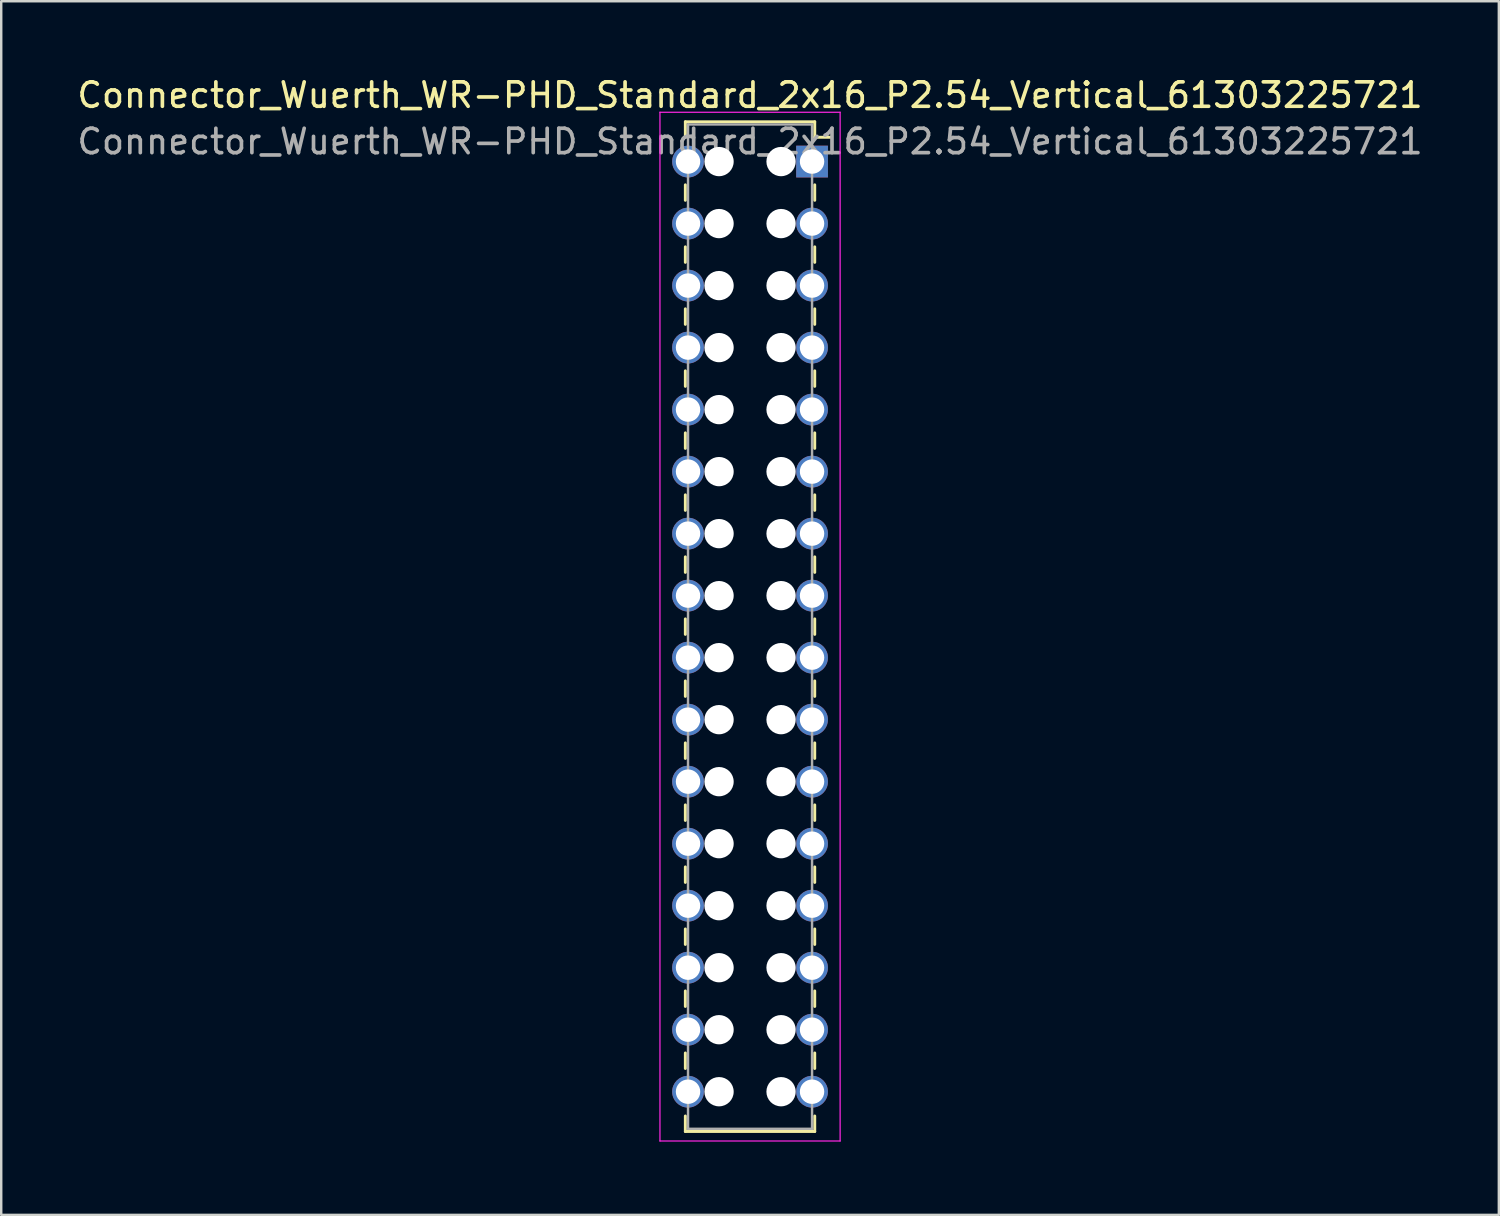
<source format=kicad_pcb>
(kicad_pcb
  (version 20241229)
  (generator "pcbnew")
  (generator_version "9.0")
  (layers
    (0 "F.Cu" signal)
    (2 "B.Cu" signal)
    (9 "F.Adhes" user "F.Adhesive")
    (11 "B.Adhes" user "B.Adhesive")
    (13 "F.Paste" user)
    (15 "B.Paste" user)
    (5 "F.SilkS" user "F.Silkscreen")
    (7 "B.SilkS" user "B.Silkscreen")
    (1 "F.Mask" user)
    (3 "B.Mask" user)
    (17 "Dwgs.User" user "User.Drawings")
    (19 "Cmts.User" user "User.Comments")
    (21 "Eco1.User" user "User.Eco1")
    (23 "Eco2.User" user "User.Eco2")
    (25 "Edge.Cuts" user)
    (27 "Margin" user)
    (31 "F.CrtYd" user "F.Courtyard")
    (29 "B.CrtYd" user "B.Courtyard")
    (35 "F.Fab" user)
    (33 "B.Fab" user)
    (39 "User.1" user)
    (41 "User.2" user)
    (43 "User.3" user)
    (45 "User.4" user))
  (footprint "Connector_Wuerth_WR-PHD_Standard_2x16_P2.54_Vertical_61303225721"
    (layer "F.Cu")
    (at 30.213 3.568)
    (property "Reference" "Connector_Wuerth_WR-PHD_Standard_2x16_P2.54_Vertical_61303225721" (at -2.54 -2.72 0) (layer "F.SilkS") (effects (font (size 1 1) (thickness 0.15))))
    (attr through_hole)
    (fp_line (start -5.19 -1.63) (end -5.19 -0.995) (stroke (width 0.12) (type solid)) (layer "F.SilkS"))
    (fp_line (start -5.19 -1.63) (end 0.11 -1.63) (stroke (width 0.12) (type solid)) (layer "F.SilkS"))
    (fp_line (start -5.19 0.953) (end -5.19 1.587) (stroke (width 0.12) (type solid)) (layer "F.SilkS"))
    (fp_line (start -5.19 3.493) (end -5.19 4.128) (stroke (width 0.12) (type solid)) (layer "F.SilkS"))
    (fp_line (start -5.19 6.032) (end -5.19 6.668) (stroke (width 0.12) (type solid)) (layer "F.SilkS"))
    (fp_line (start -5.19 8.572) (end -5.19 9.207) (stroke (width 0.12) (type solid)) (layer "F.SilkS"))
    (fp_line (start -5.19 11.113) (end -5.19 11.748) (stroke (width 0.12) (type solid)) (layer "F.SilkS"))
    (fp_line (start -5.19 13.652) (end -5.19 14.287) (stroke (width 0.12) (type solid)) (layer "F.SilkS"))
    (fp_line (start -5.19 16.192) (end -5.19 16.828) (stroke (width 0.12) (type solid)) (layer "F.SilkS"))
    (fp_line (start -5.19 18.733) (end -5.19 19.367) (stroke (width 0.12) (type solid)) (layer "F.SilkS"))
    (fp_line (start -5.19 21.273) (end -5.19 21.907) (stroke (width 0.12) (type solid)) (layer "F.SilkS"))
    (fp_line (start -5.19 23.812) (end -5.19 24.448) (stroke (width 0.12) (type solid)) (layer "F.SilkS"))
    (fp_line (start -5.19 26.352) (end -5.19 26.988) (stroke (width 0.12) (type solid)) (layer "F.SilkS"))
    (fp_line (start -5.19 28.892) (end -5.19 29.527) (stroke (width 0.12) (type solid)) (layer "F.SilkS"))
    (fp_line (start -5.19 31.433) (end -5.19 32.068) (stroke (width 0.12) (type solid)) (layer "F.SilkS"))
    (fp_line (start -5.19 33.972) (end -5.19 34.608) (stroke (width 0.12) (type solid)) (layer "F.SilkS"))
    (fp_line (start -5.19 36.513) (end -5.19 37.148) (stroke (width 0.12) (type solid)) (layer "F.SilkS"))
    (fp_line (start -5.19 39.73) (end -5.19 39.095) (stroke (width 0.12) (type solid)) (layer "F.SilkS"))
    (fp_line (start -5.19 39.73) (end 0.11 39.73) (stroke (width 0.12) (type solid)) (layer "F.SilkS"))
    (fp_line (start 0.11 -1.63) (end 0.11 -0.995) (stroke (width 0.12) (type solid)) (layer "F.SilkS"))
    (fp_line (start 0.11 -0.995) (end 0.745 -0.995) (stroke (width 0.12) (type solid)) (layer "F.SilkS"))
    (fp_line (start 0.11 0.953) (end 0.11 1.587) (stroke (width 0.12) (type solid)) (layer "F.SilkS"))
    (fp_line (start 0.11 3.493) (end 0.11 4.128) (stroke (width 0.12) (type solid)) (layer "F.SilkS"))
    (fp_line (start 0.11 6.032) (end 0.11 6.668) (stroke (width 0.12) (type solid)) (layer "F.SilkS"))
    (fp_line (start 0.11 8.572) (end 0.11 9.207) (stroke (width 0.12) (type solid)) (layer "F.SilkS"))
    (fp_line (start 0.11 11.113) (end 0.11 11.748) (stroke (width 0.12) (type solid)) (layer "F.SilkS"))
    (fp_line (start 0.11 13.652) (end 0.11 14.287) (stroke (width 0.12) (type solid)) (layer "F.SilkS"))
    (fp_line (start 0.11 16.192) (end 0.11 16.828) (stroke (width 0.12) (type solid)) (layer "F.SilkS"))
    (fp_line (start 0.11 18.733) (end 0.11 19.367) (stroke (width 0.12) (type solid)) (layer "F.SilkS"))
    (fp_line (start 0.11 21.273) (end 0.11 21.907) (stroke (width 0.12) (type solid)) (layer "F.SilkS"))
    (fp_line (start 0.11 23.812) (end 0.11 24.448) (stroke (width 0.12) (type solid)) (layer "F.SilkS"))
    (fp_line (start 0.11 26.352) (end 0.11 26.988) (stroke (width 0.12) (type solid)) (layer "F.SilkS"))
    (fp_line (start 0.11 28.892) (end 0.11 29.527) (stroke (width 0.12) (type solid)) (layer "F.SilkS"))
    (fp_line (start 0.11 31.433) (end 0.11 32.068) (stroke (width 0.12) (type solid)) (layer "F.SilkS"))
    (fp_line (start 0.11 33.972) (end 0.11 34.608) (stroke (width 0.12) (type solid)) (layer "F.SilkS"))
    (fp_line (start 0.11 36.513) (end 0.11 37.148) (stroke (width 0.12) (type solid)) (layer "F.SilkS"))
    (fp_line (start 0.11 39.73) (end 0.11 39.095) (stroke (width 0.12) (type solid)) (layer "F.SilkS"))
    (fp_line (start -6.23 -2.02) (end 1.15 -2.02) (stroke (width 0.05) (type solid)) (layer "F.CrtYd"))
    (fp_line (start -6.23 40.12) (end -6.23 -2.02) (stroke (width 0.05) (type solid)) (layer "F.CrtYd"))
    (fp_line (start 1.15 -2.02) (end 1.15 40.12) (stroke (width 0.05) (type solid)) (layer "F.CrtYd"))
    (fp_line (start 1.15 40.12) (end -6.23 40.12) (stroke (width 0.05) (type solid)) (layer "F.CrtYd"))
    (fp_line (start -5.08 -1.52) (end -5.08 39.62) (stroke (width 0.1) (type solid)) (layer "F.Fab"))
    (fp_line (start -5.08 39.62) (end 0 39.62) (stroke (width 0.1) (type solid)) (layer "F.Fab"))
    (fp_line (start 0 -1.52) (end -5.08 -1.52) (stroke (width 0.1) (type solid)) (layer "F.Fab"))
    (fp_line (start 0 39.62) (end 0 -1.52) (stroke (width 0.1) (type solid)) (layer "F.Fab"))
    (fp_text user "${REFERENCE}" (at -2.54 -0.82 0) (layer "F.Fab") (effects (font (size 1 1) (thickness 0.15))))
    (pad "" np_thru_hole circle (at -3.81 0) (size 1.2 1.2) (drill 1.2) (layers "*.Cu" "*.Mask"))
    (pad "" np_thru_hole circle (at -3.81 2.54) (size 1.2 1.2) (drill 1.2) (layers "*.Cu" "*.Mask"))
    (pad "" np_thru_hole circle (at -3.81 5.08) (size 1.2 1.2) (drill 1.2) (layers "*.Cu" "*.Mask"))
    (pad "" np_thru_hole circle (at -3.81 7.62) (size 1.2 1.2) (drill 1.2) (layers "*.Cu" "*.Mask"))
    (pad "" np_thru_hole circle (at -3.81 10.16) (size 1.2 1.2) (drill 1.2) (layers "*.Cu" "*.Mask"))
    (pad "" np_thru_hole circle (at -3.81 12.7) (size 1.2 1.2) (drill 1.2) (layers "*.Cu" "*.Mask"))
    (pad "" np_thru_hole circle (at -3.81 15.24) (size 1.2 1.2) (drill 1.2) (layers "*.Cu" "*.Mask"))
    (pad "" np_thru_hole circle (at -3.81 17.78) (size 1.2 1.2) (drill 1.2) (layers "*.Cu" "*.Mask"))
    (pad "" np_thru_hole circle (at -3.81 20.32) (size 1.2 1.2) (drill 1.2) (layers "*.Cu" "*.Mask"))
    (pad "" np_thru_hole circle (at -3.81 22.86) (size 1.2 1.2) (drill 1.2) (layers "*.Cu" "*.Mask"))
    (pad "" np_thru_hole circle (at -3.81 25.4) (size 1.2 1.2) (drill 1.2) (layers "*.Cu" "*.Mask"))
    (pad "" np_thru_hole circle (at -3.81 27.94) (size 1.2 1.2) (drill 1.2) (layers "*.Cu" "*.Mask"))
    (pad "" np_thru_hole circle (at -3.81 30.48) (size 1.2 1.2) (drill 1.2) (layers "*.Cu" "*.Mask"))
    (pad "" np_thru_hole circle (at -3.81 33.02) (size 1.2 1.2) (drill 1.2) (layers "*.Cu" "*.Mask"))
    (pad "" np_thru_hole circle (at -3.81 35.56) (size 1.2 1.2) (drill 1.2) (layers "*.Cu" "*.Mask"))
    (pad "" np_thru_hole circle (at -3.81 38.1) (size 1.2 1.2) (drill 1.2) (layers "*.Cu" "*.Mask"))
    (pad "" np_thru_hole circle (at -1.27 0) (size 1.2 1.2) (drill 1.2) (layers "*.Cu" "*.Mask"))
    (pad "" np_thru_hole circle (at -1.27 2.54) (size 1.2 1.2) (drill 1.2) (layers "*.Cu" "*.Mask"))
    (pad "" np_thru_hole circle (at -1.27 5.08) (size 1.2 1.2) (drill 1.2) (layers "*.Cu" "*.Mask"))
    (pad "" np_thru_hole circle (at -1.27 7.62) (size 1.2 1.2) (drill 1.2) (layers "*.Cu" "*.Mask"))
    (pad "" np_thru_hole circle (at -1.27 10.16) (size 1.2 1.2) (drill 1.2) (layers "*.Cu" "*.Mask"))
    (pad "" np_thru_hole circle (at -1.27 12.7) (size 1.2 1.2) (drill 1.2) (layers "*.Cu" "*.Mask"))
    (pad "" np_thru_hole circle (at -1.27 15.24) (size 1.2 1.2) (drill 1.2) (layers "*.Cu" "*.Mask"))
    (pad "" np_thru_hole circle (at -1.27 17.78) (size 1.2 1.2) (drill 1.2) (layers "*.Cu" "*.Mask"))
    (pad "" np_thru_hole circle (at -1.27 20.32) (size 1.2 1.2) (drill 1.2) (layers "*.Cu" "*.Mask"))
    (pad "" np_thru_hole circle (at -1.27 22.86) (size 1.2 1.2) (drill 1.2) (layers "*.Cu" "*.Mask"))
    (pad "" np_thru_hole circle (at -1.27 25.4) (size 1.2 1.2) (drill 1.2) (layers "*.Cu" "*.Mask"))
    (pad "" np_thru_hole circle (at -1.27 27.94) (size 1.2 1.2) (drill 1.2) (layers "*.Cu" "*.Mask"))
    (pad "" np_thru_hole circle (at -1.27 30.48) (size 1.2 1.2) (drill 1.2) (layers "*.Cu" "*.Mask"))
    (pad "" np_thru_hole circle (at -1.27 33.02) (size 1.2 1.2) (drill 1.2) (layers "*.Cu" "*.Mask"))
    (pad "" np_thru_hole circle (at -1.27 35.56) (size 1.2 1.2) (drill 1.2) (layers "*.Cu" "*.Mask"))
    (pad "" np_thru_hole circle (at -1.27 38.1) (size 1.2 1.2) (drill 1.2) (layers "*.Cu" "*.Mask"))
    (pad "1" thru_hole rect (at 0 0) (size 1.3 1.3) (drill 1) (layers "*.Cu" "*.Mask"))
    (pad "2" thru_hole circle (at -5.08 0) (size 1.3 1.3) (drill 1) (layers "*.Cu" "*.Mask"))
    (pad "3" thru_hole circle (at 0 2.54) (size 1.3 1.3) (drill 1) (layers "*.Cu" "*.Mask"))
    (pad "4" thru_hole circle (at -5.08 2.54) (size 1.3 1.3) (drill 1) (layers "*.Cu" "*.Mask"))
    (pad "5" thru_hole circle (at 0 5.08) (size 1.3 1.3) (drill 1) (layers "*.Cu" "*.Mask"))
    (pad "6" thru_hole circle (at -5.08 5.08) (size 1.3 1.3) (drill 1) (layers "*.Cu" "*.Mask"))
    (pad "7" thru_hole circle (at 0 7.62) (size 1.3 1.3) (drill 1) (layers "*.Cu" "*.Mask"))
    (pad "8" thru_hole circle (at -5.08 7.62) (size 1.3 1.3) (drill 1) (layers "*.Cu" "*.Mask"))
    (pad "9" thru_hole circle (at 0 10.16) (size 1.3 1.3) (drill 1) (layers "*.Cu" "*.Mask"))
    (pad "10" thru_hole circle (at -5.08 10.16) (size 1.3 1.3) (drill 1) (layers "*.Cu" "*.Mask"))
    (pad "11" thru_hole circle (at 0 12.7) (size 1.3 1.3) (drill 1) (layers "*.Cu" "*.Mask"))
    (pad "12" thru_hole circle (at -5.08 12.7) (size 1.3 1.3) (drill 1) (layers "*.Cu" "*.Mask"))
    (pad "13" thru_hole circle (at 0 15.24) (size 1.3 1.3) (drill 1) (layers "*.Cu" "*.Mask"))
    (pad "14" thru_hole circle (at -5.08 15.24) (size 1.3 1.3) (drill 1) (layers "*.Cu" "*.Mask"))
    (pad "15" thru_hole circle (at 0 17.78) (size 1.3 1.3) (drill 1) (layers "*.Cu" "*.Mask"))
    (pad "16" thru_hole circle (at -5.08 17.78) (size 1.3 1.3) (drill 1) (layers "*.Cu" "*.Mask"))
    (pad "17" thru_hole circle (at 0 20.32) (size 1.3 1.3) (drill 1) (layers "*.Cu" "*.Mask"))
    (pad "18" thru_hole circle (at -5.08 20.32) (size 1.3 1.3) (drill 1) (layers "*.Cu" "*.Mask"))
    (pad "19" thru_hole circle (at 0 22.86) (size 1.3 1.3) (drill 1) (layers "*.Cu" "*.Mask"))
    (pad "20" thru_hole circle (at -5.08 22.86) (size 1.3 1.3) (drill 1) (layers "*.Cu" "*.Mask"))
    (pad "21" thru_hole circle (at 0 25.4) (size 1.3 1.3) (drill 1) (layers "*.Cu" "*.Mask"))
    (pad "22" thru_hole circle (at -5.08 25.4) (size 1.3 1.3) (drill 1) (layers "*.Cu" "*.Mask"))
    (pad "23" thru_hole circle (at 0 27.94) (size 1.3 1.3) (drill 1) (layers "*.Cu" "*.Mask"))
    (pad "24" thru_hole circle (at -5.08 27.94) (size 1.3 1.3) (drill 1) (layers "*.Cu" "*.Mask"))
    (pad "25" thru_hole circle (at 0 30.48) (size 1.3 1.3) (drill 1) (layers "*.Cu" "*.Mask"))
    (pad "26" thru_hole circle (at -5.08 30.48) (size 1.3 1.3) (drill 1) (layers "*.Cu" "*.Mask"))
    (pad "27" thru_hole circle (at 0 33.02) (size 1.3 1.3) (drill 1) (layers "*.Cu" "*.Mask"))
    (pad "28" thru_hole circle (at -5.08 33.02) (size 1.3 1.3) (drill 1) (layers "*.Cu" "*.Mask"))
    (pad "29" thru_hole circle (at 0 35.56) (size 1.3 1.3) (drill 1) (layers "*.Cu" "*.Mask"))
    (pad "30" thru_hole circle (at -5.08 35.56) (size 1.3 1.3) (drill 1) (layers "*.Cu" "*.Mask"))
    (pad "31" thru_hole circle (at 0 38.1) (size 1.3 1.3) (drill 1) (layers "*.Cu" "*.Mask"))
    (pad "32" thru_hole circle (at -5.08 38.1) (size 1.3 1.3) (drill 1) (layers "*.Cu" "*.Mask")))
  (gr_rect
    (start -3 -3)
    (end 58.345 46.713)
    (stroke (width 0.1) (type default))
    (fill no)
    (layer "Edge.Cuts")))
</source>
